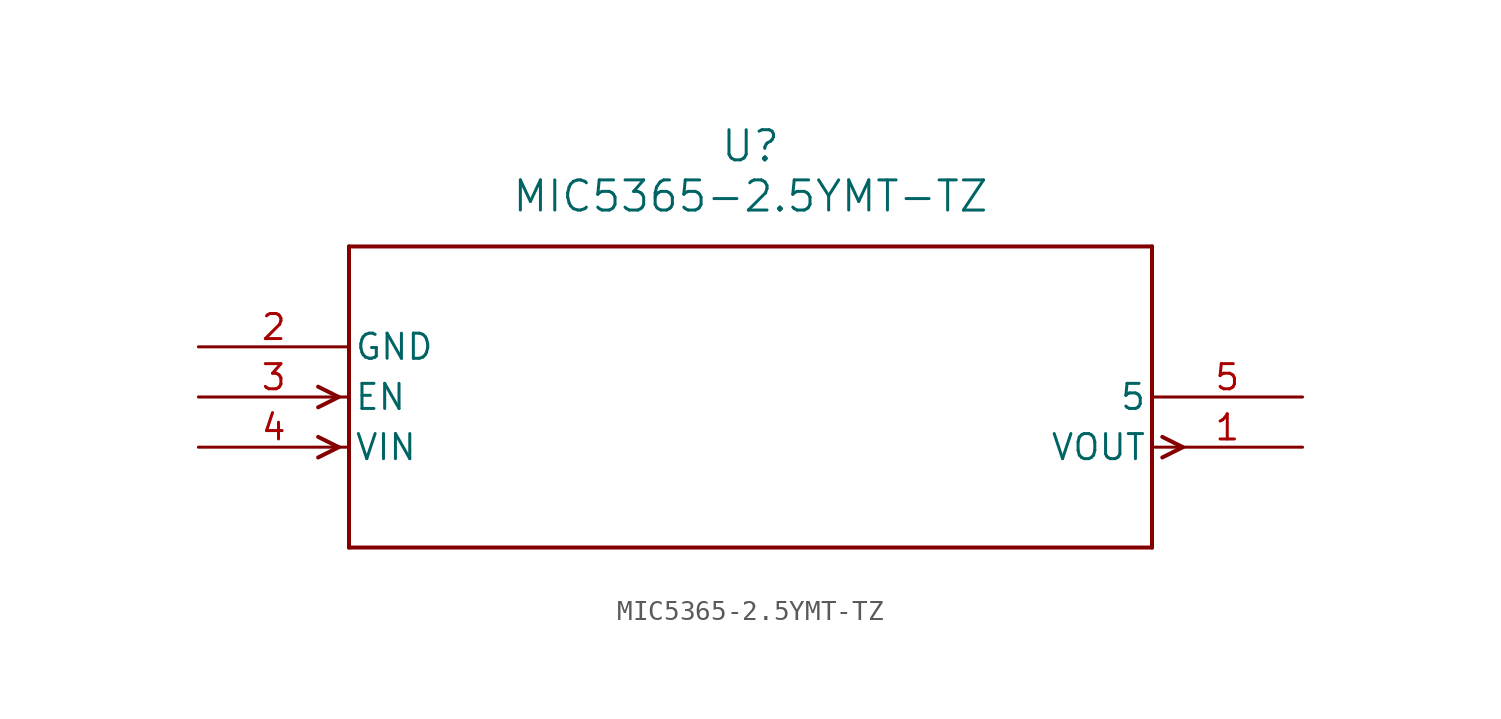
<source format=kicad_sym>
(kicad_symbol_lib
  (version 20211014)
  (generator kicad_symbol_editor)
  (symbol "MIC5365-2.5YMT-TZ"
    (pin_names
      (offset 0.254))
    (property "Reference" "U"
      (at 27.94 10.16 0)
      (effects (font (size 1.524 1.524))))
    (property "Value" "MIC5365-2.5YMT-TZ"
      (at 27.94 7.62 0)
      (effects (font (size 1.524 1.524))))
    (symbol "MIC5365-2.5YMT-TZ_0_1"
      (polyline (pts (xy 7.099 -2.54) (xy 6.058 -2.019)) (stroke (width 0.203) (type default) (color 0 0 0 0)) (fill (type none)))
      (polyline (pts (xy 7.099 -2.54) (xy 6.058 -3.061)) (stroke (width 0.203) (type default) (color 0 0 0 0)) (fill (type none)))
      (polyline (pts (xy 7.099 -5.08) (xy 6.058 -4.559)) (stroke (width 0.203) (type default) (color 0 0 0 0)) (fill (type none)))
      (polyline (pts (xy 7.099 -5.08) (xy 6.058 -5.601)) (stroke (width 0.203) (type default) (color 0 0 0 0)) (fill (type none)))
      (polyline (pts (xy 48.781 -4.559) (xy 49.822 -5.08)) (stroke (width 0.203) (type default) (color 0 0 0 0)) (fill (type none)))
      (polyline (pts (xy 48.781 -5.601) (xy 49.822 -5.08)) (stroke (width 0.203) (type default) (color 0 0 0 0)) (fill (type none)))
      (polyline (pts (xy 7.62 5.08) (xy 7.62 -10.16)) (stroke (width 0.203) (type default) (color 0 0 0 0)) (fill (type none)))
      (polyline (pts (xy 7.62 -10.16) (xy 48.26 -10.16)) (stroke (width 0.203) (type default) (color 0 0 0 0)) (fill (type none)))
      (polyline (pts (xy 48.26 -10.16) (xy 48.26 5.08)) (stroke (width 0.203) (type default) (color 0 0 0 0)) (fill (type none)))
      (polyline (pts (xy 48.26 5.08) (xy 7.62 5.08)) (stroke (width 0.203) (type default) (color 0 0 0 0)) (fill (type none)))
      (pin output line (at 55.88 -5.08 180) (length 7.62) (name "VOUT" (effects (font (size 1.27 1.27)))) (number "1" (effects (font (size 1.27 1.27)))))
      (pin power_in line (at 0 0 0) (length 7.62) (name "GND" (effects (font (size 1.27 1.27)))) (number "2" (effects (font (size 1.27 1.27)))))
      (pin input line (at 0 -2.54 0) (length 7.62) (name "EN" (effects (font (size 1.27 1.27)))) (number "3" (effects (font (size 1.27 1.27)))))
      (pin input line (at 0 -5.08 0) (length 7.62) (name "VIN" (effects (font (size 1.27 1.27)))) (number "4" (effects (font (size 1.27 1.27)))))
      (pin unspecified line (at 55.88 -2.54 180) (length 7.62) (name "5" (effects (font (size 1.27 1.27)))) (number "5" (effects (font (size 1.27 1.27))))))))
</source>
